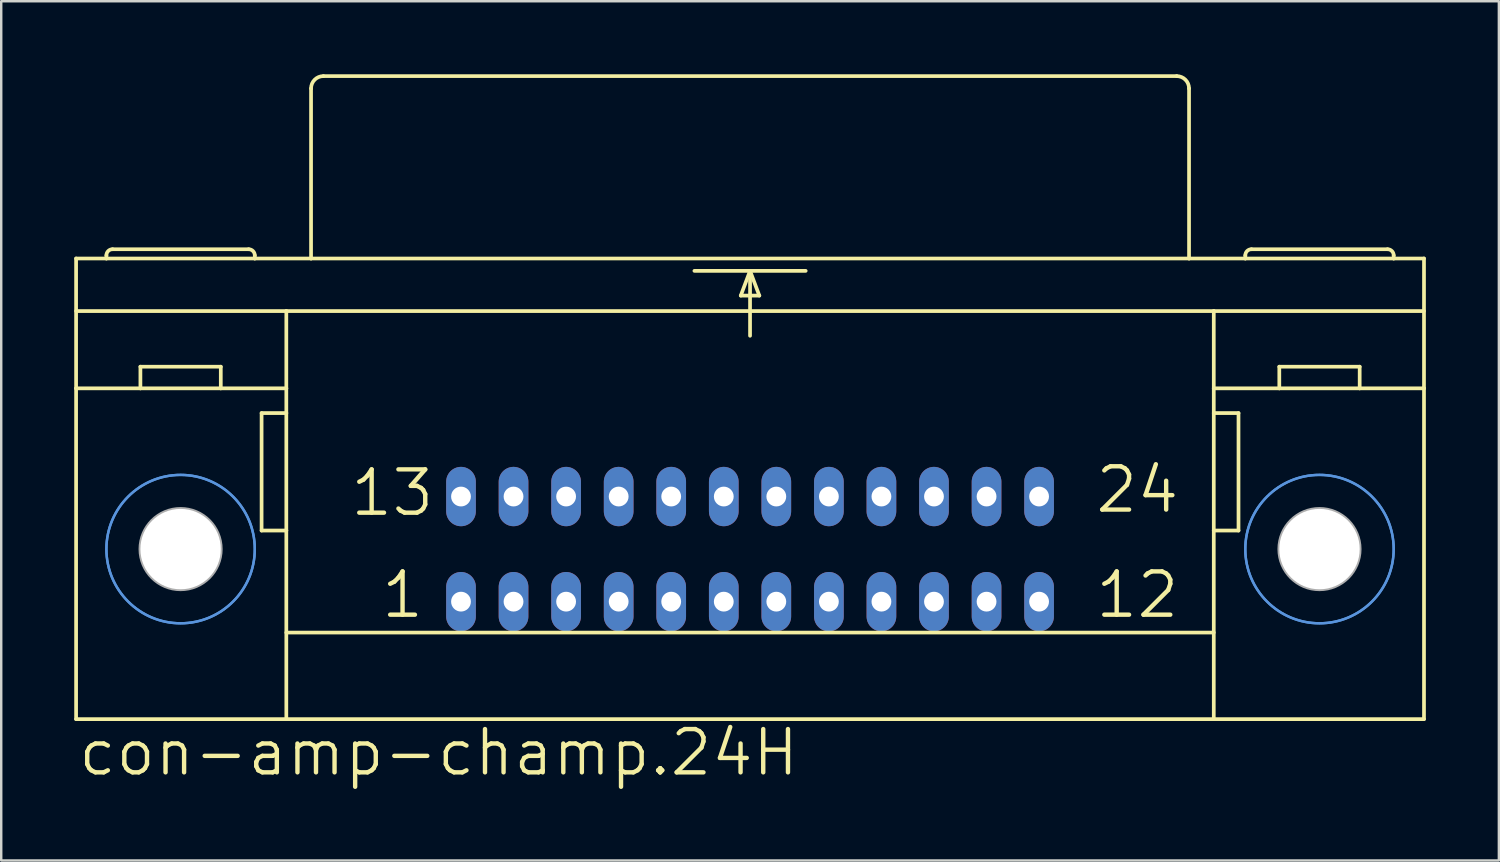
<source format=kicad_pcb>
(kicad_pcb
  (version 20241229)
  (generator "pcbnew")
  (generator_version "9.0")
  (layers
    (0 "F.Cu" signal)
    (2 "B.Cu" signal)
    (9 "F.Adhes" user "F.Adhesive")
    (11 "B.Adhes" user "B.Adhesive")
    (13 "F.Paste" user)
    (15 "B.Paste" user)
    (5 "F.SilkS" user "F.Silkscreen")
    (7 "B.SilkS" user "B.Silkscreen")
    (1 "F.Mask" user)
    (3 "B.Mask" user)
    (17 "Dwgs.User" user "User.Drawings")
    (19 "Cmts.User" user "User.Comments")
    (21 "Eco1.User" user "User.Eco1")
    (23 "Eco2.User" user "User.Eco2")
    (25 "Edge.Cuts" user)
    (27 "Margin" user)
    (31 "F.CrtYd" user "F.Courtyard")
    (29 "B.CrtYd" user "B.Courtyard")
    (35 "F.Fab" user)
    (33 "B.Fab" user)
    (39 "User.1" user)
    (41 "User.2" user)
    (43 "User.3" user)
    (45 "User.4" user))
  (footprint "con-amp-champ.24H"
    (layer "F.Cu")
    (at 27.762 19.507)
    (property "Reference" "con-amp-champ.24H" (at -27.686 9.398 0) (layer "F.SilkS") (effects (font (size 1.778 1.778) (thickness 0.18)) (justify left bottom)))
    (attr through_hole)
    (fp_line (start -27.686 -11.938) (end -26.441 -11.938) (stroke (width 0.152) (type default)) (layer "F.SilkS"))
    (fp_line (start -27.686 -9.779) (end -19.05 -9.779) (stroke (width 0.152) (type default)) (layer "F.SilkS"))
    (fp_line (start -27.686 -6.604) (end -27.686 -11.938) (stroke (width 0.152) (type default)) (layer "F.SilkS"))
    (fp_line (start -27.686 6.985) (end -27.686 -6.604) (stroke (width 0.152) (type default)) (layer "F.SilkS"))
    (fp_line (start -27.686 6.985) (end -19.05 6.985) (stroke (width 0.152) (type default)) (layer "F.SilkS"))
    (fp_line (start -26.441 -11.938) (end -26.441 -12.065) (stroke (width 0.152) (type default)) (layer "F.SilkS"))
    (fp_line (start -26.441 -11.938) (end -20.345 -11.938) (stroke (width 0.152) (type default)) (layer "F.SilkS"))
    (fp_line (start -25.044 -6.604) (end -27.686 -6.604) (stroke (width 0.152) (type default)) (layer "F.SilkS"))
    (fp_line (start -25.044 -6.604) (end -25.044 -7.493) (stroke (width 0.152) (type default)) (layer "F.SilkS"))
    (fp_line (start -21.742 -7.493) (end -25.044 -7.493) (stroke (width 0.152) (type default)) (layer "F.SilkS"))
    (fp_line (start -21.742 -6.604) (end -25.044 -6.604) (stroke (width 0.152) (type default)) (layer "F.SilkS"))
    (fp_line (start -21.742 -6.604) (end -21.742 -7.493) (stroke (width 0.152) (type default)) (layer "F.SilkS"))
    (fp_line (start -20.599 -12.319) (end -26.187 -12.319) (stroke (width 0.152) (type default)) (layer "F.SilkS"))
    (fp_line (start -20.345 -11.938) (end -20.345 -12.065) (stroke (width 0.152) (type default)) (layer "F.SilkS"))
    (fp_line (start -20.345 -11.938) (end -18.034 -11.938) (stroke (width 0.152) (type default)) (layer "F.SilkS"))
    (fp_line (start -20.066 -5.588) (end -20.066 -0.762) (stroke (width 0.152) (type default)) (layer "F.SilkS"))
    (fp_line (start -20.066 -0.762) (end -19.05 -0.762) (stroke (width 0.152) (type default)) (layer "F.SilkS"))
    (fp_line (start -19.05 -9.779) (end 19.05 -9.779) (stroke (width 0.152) (type default)) (layer "F.SilkS"))
    (fp_line (start -19.05 -6.604) (end -21.742 -6.604) (stroke (width 0.152) (type default)) (layer "F.SilkS"))
    (fp_line (start -19.05 -6.604) (end -19.05 -9.779) (stroke (width 0.152) (type default)) (layer "F.SilkS"))
    (fp_line (start -19.05 -5.588) (end -20.066 -5.588) (stroke (width 0.152) (type default)) (layer "F.SilkS"))
    (fp_line (start -19.05 -5.588) (end -19.05 -6.604) (stroke (width 0.152) (type default)) (layer "F.SilkS"))
    (fp_line (start -19.05 -0.762) (end -19.05 -5.588) (stroke (width 0.152) (type default)) (layer "F.SilkS"))
    (fp_line (start -19.05 3.429) (end 19.05 3.429) (stroke (width 0.152) (type default)) (layer "F.SilkS"))
    (fp_line (start -19.05 6.985) (end -19.05 -0.762) (stroke (width 0.152) (type default)) (layer "F.SilkS"))
    (fp_line (start -19.05 6.985) (end 19.05 6.985) (stroke (width 0.152) (type default)) (layer "F.SilkS"))
    (fp_line (start -18.034 -11.938) (end -18.034 -18.923) (stroke (width 0.152) (type default)) (layer "F.SilkS"))
    (fp_line (start -18.034 -11.938) (end 18.034 -11.938) (stroke (width 0.152) (type default)) (layer "F.SilkS"))
    (fp_line (start -17.526 -19.431) (end 17.526 -19.431) (stroke (width 0.152) (type default)) (layer "F.SilkS"))
    (fp_line (start -2.286 -11.43) (end 0 -11.43) (stroke (width 0.152) (type default)) (layer "F.SilkS"))
    (fp_line (start -0.381 -10.414) (end 0.381 -10.414) (stroke (width 0.152) (type default)) (layer "F.SilkS"))
    (fp_line (start 0 -11.43) (end -0.381 -10.414) (stroke (width 0.152) (type default)) (layer "F.SilkS"))
    (fp_line (start 0 -11.43) (end 0 -8.763) (stroke (width 0.152) (type default)) (layer "F.SilkS"))
    (fp_line (start 0 -11.43) (end 2.286 -11.43) (stroke (width 0.152) (type default)) (layer "F.SilkS"))
    (fp_line (start 0.381 -10.414) (end 0 -11.43) (stroke (width 0.152) (type default)) (layer "F.SilkS"))
    (fp_line (start 18.034 -11.938) (end 18.034 -18.923) (stroke (width 0.152) (type default)) (layer "F.SilkS"))
    (fp_line (start 18.034 -11.938) (end 20.345 -11.938) (stroke (width 0.152) (type default)) (layer "F.SilkS"))
    (fp_line (start 19.05 -9.779) (end 27.686 -9.779) (stroke (width 0.152) (type default)) (layer "F.SilkS"))
    (fp_line (start 19.05 -6.604) (end 19.05 -9.779) (stroke (width 0.152) (type default)) (layer "F.SilkS"))
    (fp_line (start 19.05 -6.604) (end 21.742 -6.604) (stroke (width 0.152) (type default)) (layer "F.SilkS"))
    (fp_line (start 19.05 -5.588) (end 19.05 -6.604) (stroke (width 0.152) (type default)) (layer "F.SilkS"))
    (fp_line (start 19.05 -5.588) (end 20.066 -5.588) (stroke (width 0.152) (type default)) (layer "F.SilkS"))
    (fp_line (start 19.05 -0.762) (end 19.05 -5.588) (stroke (width 0.152) (type default)) (layer "F.SilkS"))
    (fp_line (start 19.05 6.985) (end 19.05 -0.762) (stroke (width 0.152) (type default)) (layer "F.SilkS"))
    (fp_line (start 19.05 6.985) (end 27.686 6.985) (stroke (width 0.152) (type default)) (layer "F.SilkS"))
    (fp_line (start 20.066 -5.588) (end 20.066 -0.762) (stroke (width 0.152) (type default)) (layer "F.SilkS"))
    (fp_line (start 20.066 -0.762) (end 19.05 -0.762) (stroke (width 0.152) (type default)) (layer "F.SilkS"))
    (fp_line (start 20.345 -11.938) (end 20.345 -12.065) (stroke (width 0.152) (type default)) (layer "F.SilkS"))
    (fp_line (start 20.345 -11.938) (end 26.441 -11.938) (stroke (width 0.152) (type default)) (layer "F.SilkS"))
    (fp_line (start 20.599 -12.319) (end 26.187 -12.319) (stroke (width 0.152) (type default)) (layer "F.SilkS"))
    (fp_line (start 21.742 -7.493) (end 25.044 -7.493) (stroke (width 0.152) (type default)) (layer "F.SilkS"))
    (fp_line (start 21.742 -6.604) (end 21.742 -7.493) (stroke (width 0.152) (type default)) (layer "F.SilkS"))
    (fp_line (start 21.742 -6.604) (end 25.044 -6.604) (stroke (width 0.152) (type default)) (layer "F.SilkS"))
    (fp_line (start 25.044 -6.604) (end 25.044 -7.493) (stroke (width 0.152) (type default)) (layer "F.SilkS"))
    (fp_line (start 25.044 -6.604) (end 27.686 -6.604) (stroke (width 0.152) (type default)) (layer "F.SilkS"))
    (fp_line (start 26.441 -11.938) (end 26.441 -12.065) (stroke (width 0.152) (type default)) (layer "F.SilkS"))
    (fp_line (start 26.441 -11.938) (end 27.686 -11.938) (stroke (width 0.152) (type default)) (layer "F.SilkS"))
    (fp_line (start 27.686 -11.938) (end 27.686 -6.604) (stroke (width 0.152) (type default)) (layer "F.SilkS"))
    (fp_line (start 27.686 -6.604) (end 27.686 6.985) (stroke (width 0.152) (type default)) (layer "F.SilkS"))
    (fp_arc (start -26.4414 -12.065) (mid -26.367005 -12.244605) (end -26.1874 -12.319) (stroke (width 0.1524) (type default)) (layer "F.SilkS"))
    (fp_arc (start -20.5994 -12.319) (mid -20.419795 -12.244605) (end -20.3454 -12.065) (stroke (width 0.1524) (type default)) (layer "F.SilkS"))
    (fp_arc (start -18.034 -18.923) (mid -17.88521 -19.28221) (end -17.526 -19.431) (stroke (width 0.1524) (type default)) (layer "F.SilkS"))
    (fp_arc (start 17.526 -19.431) (mid 17.88521 -19.28221) (end 18.034 -18.923) (stroke (width 0.1524) (type default)) (layer "F.SilkS"))
    (fp_arc (start 20.3454 -12.065) (mid 20.419795 -12.244605) (end 20.5994 -12.319) (stroke (width 0.1524) (type default)) (layer "F.SilkS"))
    (fp_arc (start 26.1874 -12.319) (mid 26.367005 -12.244605) (end 26.4414 -12.065) (stroke (width 0.1524) (type default)) (layer "F.SilkS"))
    (fp_circle (center -23.393 0) (end -20.345 0) (stroke (width 0.1) (type default)) (fill no) (layer "Cmts.User"))
    (fp_circle (center -23.393 0) (end -20.345 0) (stroke (width 0.1) (type default)) (fill no) (layer "Cmts.User"))
    (fp_circle (center 23.393 0) (end 26.441 0) (stroke (width 0.1) (type default)) (fill no) (layer "Cmts.User"))
    (fp_circle (center 23.393 0) (end 26.441 0) (stroke (width 0.1) (type default)) (fill no) (layer "Cmts.User"))
    (fp_circle (center -23.393 0) (end -21.742 0) (stroke (width 0.152) (type default)) (fill no) (layer "F.Fab"))
    (fp_circle (center 23.393 0) (end 25.044 0) (stroke (width 0.152) (type default)) (fill no) (layer "F.Fab"))
    (fp_text user "13" (at -16.51 -1.27 0) (layer "F.SilkS") (effects (font (size 1.778 1.778) (thickness 0.18)) (justify left bottom)))
    (fp_text user "12" (at 14.097 2.921 0) (layer "F.SilkS") (effects (font (size 1.778 1.778) (thickness 0.18)) (justify left bottom)))
    (fp_text user "24" (at 14.097 -1.397 0) (layer "F.SilkS") (effects (font (size 1.778 1.778) (thickness 0.18)) (justify left bottom)))
    (fp_text user "1" (at -15.24 2.921 0) (layer "F.SilkS") (effects (font (size 1.778 1.778) (thickness 0.18)) (justify left bottom)))
    (pad "" np_thru_hole circle (at -23.393 0) (size 3.302 3.302) (drill 3.302) (layers "*.Cu" "*.Mask"))
    (pad "" np_thru_hole circle (at 23.393 0) (size 3.302 3.302) (drill 3.302) (layers "*.Cu" "*.Mask"))
    (pad "1" thru_hole oval (at -11.874 2.159 90) (size 2.438 1.219) (drill 0.813) (layers "*.Cu" "*.Mask"))
    (pad "2" thru_hole oval (at -9.716 2.159 90) (size 2.438 1.219) (drill 0.813) (layers "*.Cu" "*.Mask"))
    (pad "3" thru_hole oval (at -7.556 2.159 90) (size 2.438 1.219) (drill 0.813) (layers "*.Cu" "*.Mask"))
    (pad "4" thru_hole oval (at -5.397 2.159 90) (size 2.438 1.219) (drill 0.813) (layers "*.Cu" "*.Mask"))
    (pad "5" thru_hole oval (at -3.239 2.159 90) (size 2.438 1.219) (drill 0.813) (layers "*.Cu" "*.Mask"))
    (pad "6" thru_hole oval (at -1.079 2.159 90) (size 2.438 1.219) (drill 0.813) (layers "*.Cu" "*.Mask"))
    (pad "7" thru_hole oval (at 1.079 2.159 90) (size 2.438 1.219) (drill 0.813) (layers "*.Cu" "*.Mask"))
    (pad "8" thru_hole oval (at 3.239 2.159 90) (size 2.438 1.219) (drill 0.813) (layers "*.Cu" "*.Mask"))
    (pad "9" thru_hole oval (at 5.397 2.159 90) (size 2.438 1.219) (drill 0.813) (layers "*.Cu" "*.Mask"))
    (pad "10" thru_hole oval (at 7.556 2.159 90) (size 2.438 1.219) (drill 0.813) (layers "*.Cu" "*.Mask"))
    (pad "11" thru_hole oval (at 9.716 2.159 90) (size 2.438 1.219) (drill 0.813) (layers "*.Cu" "*.Mask"))
    (pad "12" thru_hole oval (at 11.874 2.159 90) (size 2.438 1.219) (drill 0.813) (layers "*.Cu" "*.Mask"))
    (pad "13" thru_hole oval (at -11.874 -2.159 90) (size 2.438 1.219) (drill 0.813) (layers "*.Cu" "*.Mask"))
    (pad "14" thru_hole oval (at -9.716 -2.159 90) (size 2.438 1.219) (drill 0.813) (layers "*.Cu" "*.Mask"))
    (pad "15" thru_hole oval (at -7.556 -2.159 90) (size 2.438 1.219) (drill 0.813) (layers "*.Cu" "*.Mask"))
    (pad "16" thru_hole oval (at -5.397 -2.159 90) (size 2.438 1.219) (drill 0.813) (layers "*.Cu" "*.Mask"))
    (pad "17" thru_hole oval (at -3.239 -2.159 90) (size 2.438 1.219) (drill 0.813) (layers "*.Cu" "*.Mask"))
    (pad "18" thru_hole oval (at -1.079 -2.159 90) (size 2.438 1.219) (drill 0.813) (layers "*.Cu" "*.Mask"))
    (pad "19" thru_hole oval (at 1.079 -2.159 90) (size 2.438 1.219) (drill 0.813) (layers "*.Cu" "*.Mask"))
    (pad "20" thru_hole oval (at 3.239 -2.159 90) (size 2.438 1.219) (drill 0.813) (layers "*.Cu" "*.Mask"))
    (pad "21" thru_hole oval (at 5.397 -2.159 90) (size 2.438 1.219) (drill 0.813) (layers "*.Cu" "*.Mask"))
    (pad "22" thru_hole oval (at 7.556 -2.159 90) (size 2.438 1.219) (drill 0.813) (layers "*.Cu" "*.Mask"))
    (pad "23" thru_hole oval (at 9.716 -2.159 90) (size 2.438 1.219) (drill 0.813) (layers "*.Cu" "*.Mask"))
    (pad "24" thru_hole oval (at 11.874 -2.159 90) (size 2.438 1.219) (drill 0.813) (layers "*.Cu" "*.Mask")))
  (gr_rect
    (start -3 -3)
    (end 58.524 32.299)
    (stroke (width 0.1) (type default))
    (fill no)
    (layer "Edge.Cuts")))
</source>
